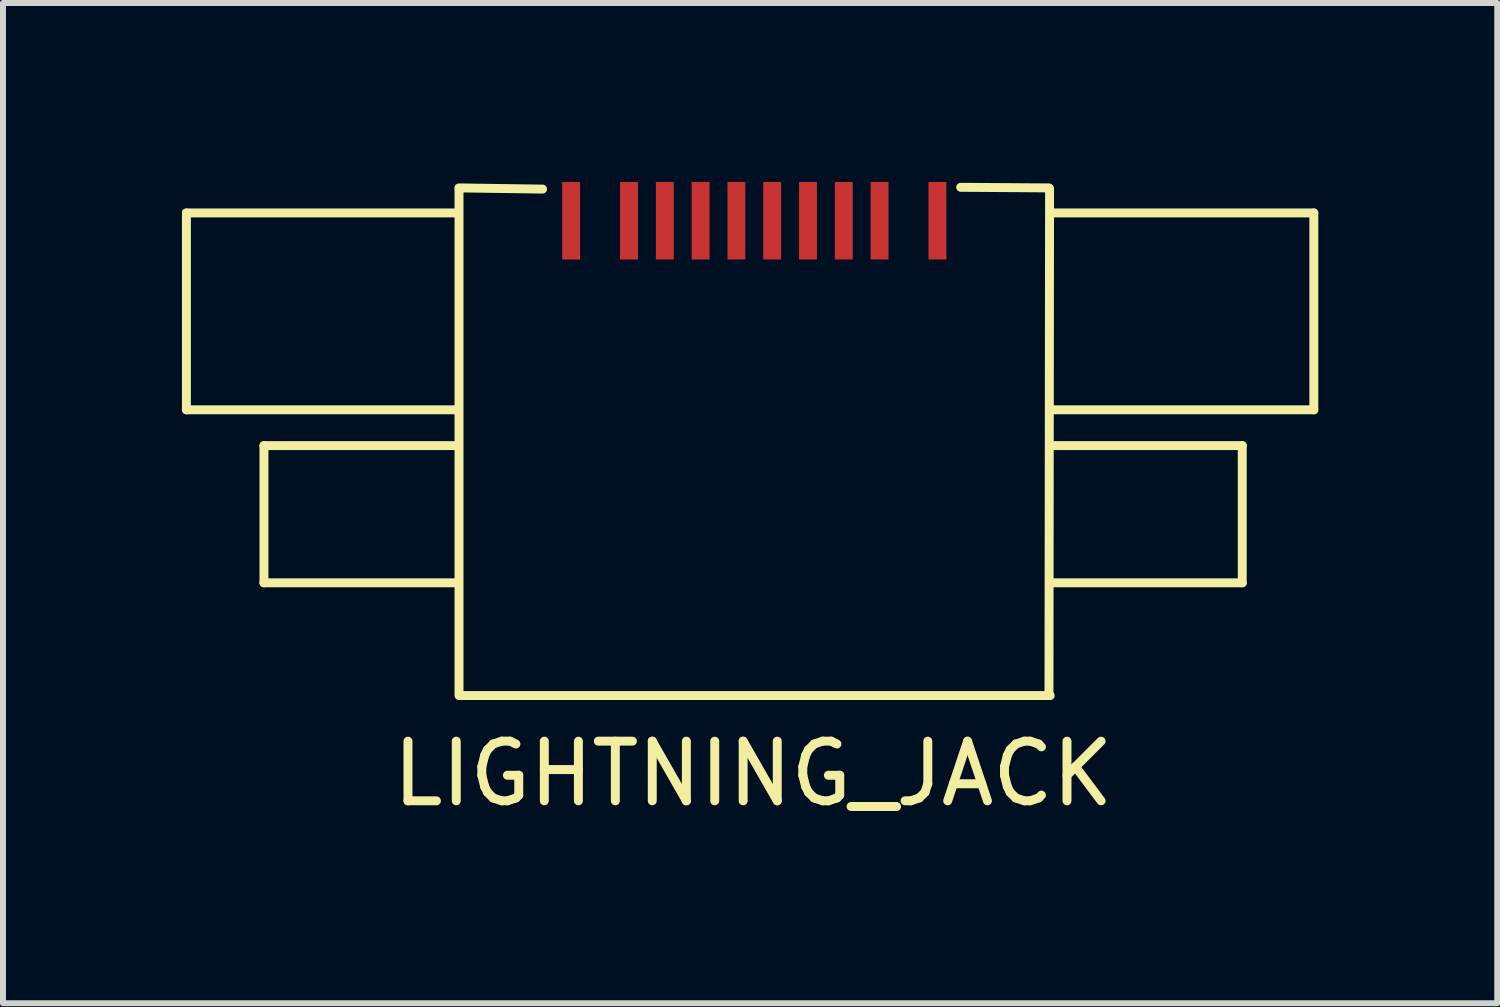
<source format=kicad_pcb>
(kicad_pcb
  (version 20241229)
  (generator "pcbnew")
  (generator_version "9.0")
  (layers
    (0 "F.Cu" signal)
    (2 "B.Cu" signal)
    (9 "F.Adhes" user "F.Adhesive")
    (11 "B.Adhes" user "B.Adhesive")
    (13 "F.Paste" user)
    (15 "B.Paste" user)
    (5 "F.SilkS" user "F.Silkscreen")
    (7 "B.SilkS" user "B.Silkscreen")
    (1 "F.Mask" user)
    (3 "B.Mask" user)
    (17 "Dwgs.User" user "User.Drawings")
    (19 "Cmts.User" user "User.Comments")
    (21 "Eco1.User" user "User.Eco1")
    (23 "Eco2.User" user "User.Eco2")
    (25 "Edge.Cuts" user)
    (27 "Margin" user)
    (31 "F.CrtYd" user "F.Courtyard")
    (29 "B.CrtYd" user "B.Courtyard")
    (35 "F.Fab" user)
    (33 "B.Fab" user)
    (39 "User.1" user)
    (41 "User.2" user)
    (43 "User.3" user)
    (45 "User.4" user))
  (footprint "LIGHTNING_JACK"
    (layer "F.Cu")
    (at 9.575 4.37)
    (property "Reference" "LIGHTNING_JACK" (at 0 5.55 0) (layer "F.SilkS") (effects (font (size 1 1) (thickness 0.15))))
    (attr through_hole)
    (fp_line (start -9.5 -3.85) (end -9.5 -0.55) (stroke (width 0.15) (type solid)) (layer "F.SilkS"))
    (fp_line (start -9.5 -3.85) (end -5 -3.85) (stroke (width 0.15) (type solid)) (layer "F.SilkS"))
    (fp_line (start -9.5 -0.55) (end -5 -0.55) (stroke (width 0.15) (type solid)) (layer "F.SilkS"))
    (fp_line (start -8.2 0.05) (end -8.2 2.35) (stroke (width 0.15) (type solid)) (layer "F.SilkS"))
    (fp_line (start -8.2 2.35) (end -5 2.35) (stroke (width 0.15) (type solid)) (layer "F.SilkS"))
    (fp_line (start -5 0.05) (end -8.2 0.05) (stroke (width 0.15) (type solid)) (layer "F.SilkS"))
    (fp_line (start -4.93 -4.27) (end -3.53 -4.25) (stroke (width 0.15) (type solid)) (layer "F.SilkS"))
    (fp_line (start -4.93 -4.26) (end -4.93 4.24) (stroke (width 0.15) (type solid)) (layer "F.SilkS"))
    (fp_line (start -4.92 4.24) (end 4.98 4.24) (stroke (width 0.15) (type solid)) (layer "F.SilkS"))
    (fp_line (start 4.96 -4.27) (end 3.48 -4.28) (stroke (width 0.15) (type solid)) (layer "F.SilkS"))
    (fp_line (start 4.96 4.24) (end 4.97 -4.26) (stroke (width 0.15) (type solid)) (layer "F.SilkS"))
    (fp_line (start 5 0.05) (end 8.2 0.05) (stroke (width 0.15) (type solid)) (layer "F.SilkS"))
    (fp_line (start 8.2 0.05) (end 8.2 2.35) (stroke (width 0.15) (type solid)) (layer "F.SilkS"))
    (fp_line (start 8.2 2.35) (end 5 2.35) (stroke (width 0.15) (type solid)) (layer "F.SilkS"))
    (fp_line (start 9.4 -3.85) (end 5 -3.85) (stroke (width 0.15) (type solid)) (layer "F.SilkS"))
    (fp_line (start 9.4 -3.85) (end 9.4 -0.55) (stroke (width 0.15) (type solid)) (layer "F.SilkS"))
    (fp_line (start 9.4 -0.55) (end 5 -0.55) (stroke (width 0.15) (type solid)) (layer "F.SilkS"))
    (pad "1" smd rect (at -3.05 -3.72) (size 0.3 1.3) (layers "F.Cu" "F.Mask" "F.Paste"))
    (pad "2" smd rect (at -2.08 -3.72) (size 0.3 1.3) (layers "F.Cu" "F.Mask" "F.Paste"))
    (pad "3" smd rect (at -1.48 -3.72) (size 0.3 1.3) (layers "F.Cu" "F.Mask" "F.Paste"))
    (pad "4" smd rect (at -0.88 -3.72) (size 0.3 1.3) (layers "F.Cu" "F.Mask" "F.Paste"))
    (pad "5" smd rect (at -0.28 -3.72) (size 0.3 1.3) (layers "F.Cu" "F.Mask" "F.Paste"))
    (pad "6" smd rect (at 0.32 -3.72) (size 0.3 1.3) (layers "F.Cu" "F.Mask" "F.Paste"))
    (pad "7" smd rect (at 0.92 -3.72) (size 0.3 1.3) (layers "F.Cu" "F.Mask" "F.Paste"))
    (pad "8" smd rect (at 1.52 -3.72) (size 0.3 1.3) (layers "F.Cu" "F.Mask" "F.Paste"))
    (pad "9" smd rect (at 2.12 -3.72) (size 0.3 1.3) (layers "F.Cu" "F.Mask" "F.Paste"))
    (pad "10" smd rect (at 3.09 -3.72) (size 0.3 1.3) (layers "F.Cu" "F.Mask" "F.Paste")))
  (gr_rect
    (start -3 -3)
    (end 22.05 13.768)
    (stroke (width 0.1) (type default))
    (fill no)
    (layer "Edge.Cuts")))
</source>
